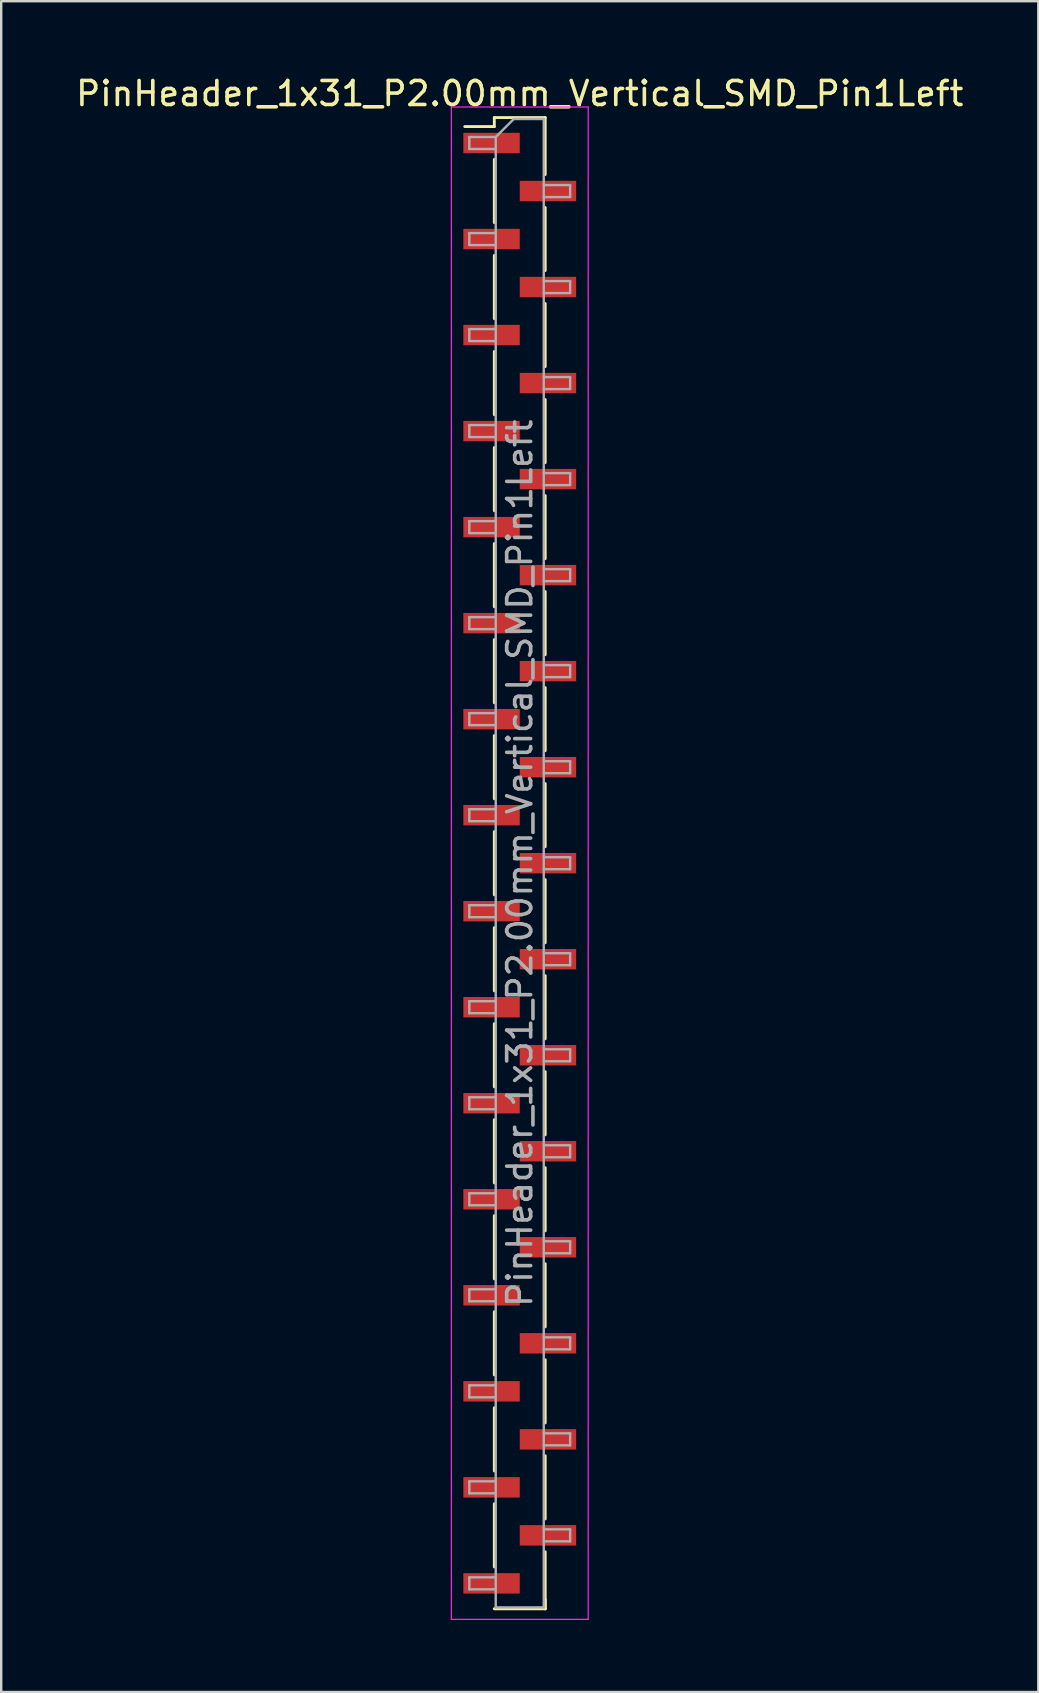
<source format=kicad_pcb>
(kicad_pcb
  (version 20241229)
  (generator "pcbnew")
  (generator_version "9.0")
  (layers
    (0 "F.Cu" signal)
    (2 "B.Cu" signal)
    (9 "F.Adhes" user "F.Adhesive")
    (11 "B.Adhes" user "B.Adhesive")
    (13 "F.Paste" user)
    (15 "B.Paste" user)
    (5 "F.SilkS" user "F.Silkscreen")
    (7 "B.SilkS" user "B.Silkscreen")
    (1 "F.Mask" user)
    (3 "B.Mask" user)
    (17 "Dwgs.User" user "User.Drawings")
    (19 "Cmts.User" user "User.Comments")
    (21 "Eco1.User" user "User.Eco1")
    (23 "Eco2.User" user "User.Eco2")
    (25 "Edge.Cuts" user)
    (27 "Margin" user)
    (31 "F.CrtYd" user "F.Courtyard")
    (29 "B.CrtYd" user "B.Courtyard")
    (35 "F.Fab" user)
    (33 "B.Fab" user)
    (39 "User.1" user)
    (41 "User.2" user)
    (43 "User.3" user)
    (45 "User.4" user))
  (footprint "PinHeader_1x31_P2.00mm_Vertical_SMD_Pin1Left"
    (layer "F.Cu")
    (at 18.601 32.908)
    (property "Reference" "PinHeader_1x31_P2.00mm_Vertical_SMD_Pin1Left" (at 0 -32.06 0) (layer "F.SilkS") (effects (font (size 1 1) (thickness 0.15))))
    (attr smd)
    (fp_line (start -1.06 -31.06) (end -1.06 -30.685) (stroke (width 0.12) (type solid)) (layer "F.SilkS"))
    (fp_line (start -1.06 -31.06) (end 1.06 -31.06) (stroke (width 0.12) (type solid)) (layer "F.SilkS"))
    (fp_line (start -1.06 -30.685) (end -2.29 -30.685) (stroke (width 0.12) (type solid)) (layer "F.SilkS"))
    (fp_line (start -1.06 -29.315) (end -1.06 -26.685) (stroke (width 0.12) (type solid)) (layer "F.SilkS"))
    (fp_line (start -1.06 -25.315) (end -1.06 -22.685) (stroke (width 0.12) (type solid)) (layer "F.SilkS"))
    (fp_line (start -1.06 -21.315) (end -1.06 -18.685) (stroke (width 0.12) (type solid)) (layer "F.SilkS"))
    (fp_line (start -1.06 -17.315) (end -1.06 -14.685) (stroke (width 0.12) (type solid)) (layer "F.SilkS"))
    (fp_line (start -1.06 -13.315) (end -1.06 -10.685) (stroke (width 0.12) (type solid)) (layer "F.SilkS"))
    (fp_line (start -1.06 -9.315) (end -1.06 -6.685) (stroke (width 0.12) (type solid)) (layer "F.SilkS"))
    (fp_line (start -1.06 -5.315) (end -1.06 -2.685) (stroke (width 0.12) (type solid)) (layer "F.SilkS"))
    (fp_line (start -1.06 -1.315) (end -1.06 1.315) (stroke (width 0.12) (type solid)) (layer "F.SilkS"))
    (fp_line (start -1.06 2.685) (end -1.06 5.315) (stroke (width 0.12) (type solid)) (layer "F.SilkS"))
    (fp_line (start -1.06 6.685) (end -1.06 9.315) (stroke (width 0.12) (type solid)) (layer "F.SilkS"))
    (fp_line (start -1.06 10.685) (end -1.06 13.315) (stroke (width 0.12) (type solid)) (layer "F.SilkS"))
    (fp_line (start -1.06 14.685) (end -1.06 17.315) (stroke (width 0.12) (type solid)) (layer "F.SilkS"))
    (fp_line (start -1.06 18.685) (end -1.06 21.315) (stroke (width 0.12) (type solid)) (layer "F.SilkS"))
    (fp_line (start -1.06 22.685) (end -1.06 25.315) (stroke (width 0.12) (type solid)) (layer "F.SilkS"))
    (fp_line (start -1.06 26.685) (end -1.06 29.315) (stroke (width 0.12) (type solid)) (layer "F.SilkS"))
    (fp_line (start -1.06 31.06) (end 1.06 31.06) (stroke (width 0.12) (type solid)) (layer "F.SilkS"))
    (fp_line (start 1.06 -31.06) (end 1.06 -28.685) (stroke (width 0.12) (type solid)) (layer "F.SilkS"))
    (fp_line (start 1.06 -27.315) (end 1.06 -24.685) (stroke (width 0.12) (type solid)) (layer "F.SilkS"))
    (fp_line (start 1.06 -23.315) (end 1.06 -20.685) (stroke (width 0.12) (type solid)) (layer "F.SilkS"))
    (fp_line (start 1.06 -19.315) (end 1.06 -16.685) (stroke (width 0.12) (type solid)) (layer "F.SilkS"))
    (fp_line (start 1.06 -15.315) (end 1.06 -12.685) (stroke (width 0.12) (type solid)) (layer "F.SilkS"))
    (fp_line (start 1.06 -11.315) (end 1.06 -8.685) (stroke (width 0.12) (type solid)) (layer "F.SilkS"))
    (fp_line (start 1.06 -7.315) (end 1.06 -4.685) (stroke (width 0.12) (type solid)) (layer "F.SilkS"))
    (fp_line (start 1.06 -3.315) (end 1.06 -0.685) (stroke (width 0.12) (type solid)) (layer "F.SilkS"))
    (fp_line (start 1.06 0.685) (end 1.06 3.315) (stroke (width 0.12) (type solid)) (layer "F.SilkS"))
    (fp_line (start 1.06 4.685) (end 1.06 7.315) (stroke (width 0.12) (type solid)) (layer "F.SilkS"))
    (fp_line (start 1.06 8.685) (end 1.06 11.315) (stroke (width 0.12) (type solid)) (layer "F.SilkS"))
    (fp_line (start 1.06 12.685) (end 1.06 15.315) (stroke (width 0.12) (type solid)) (layer "F.SilkS"))
    (fp_line (start 1.06 16.685) (end 1.06 19.315) (stroke (width 0.12) (type solid)) (layer "F.SilkS"))
    (fp_line (start 1.06 20.685) (end 1.06 23.315) (stroke (width 0.12) (type solid)) (layer "F.SilkS"))
    (fp_line (start 1.06 24.685) (end 1.06 27.315) (stroke (width 0.12) (type solid)) (layer "F.SilkS"))
    (fp_line (start 1.06 28.685) (end 1.06 31.06) (stroke (width 0.12) (type solid)) (layer "F.SilkS"))
    (fp_line (start 1.06 30.685) (end 1.06 31.06) (stroke (width 0.12) (type solid)) (layer "F.SilkS"))
    (fp_line (start -2.85 -31.5) (end -2.85 31.5) (stroke (width 0.05) (type solid)) (layer "F.CrtYd"))
    (fp_line (start -2.85 31.5) (end 2.85 31.5) (stroke (width 0.05) (type solid)) (layer "F.CrtYd"))
    (fp_line (start 2.85 -31.5) (end -2.85 -31.5) (stroke (width 0.05) (type solid)) (layer "F.CrtYd"))
    (fp_line (start 2.85 31.5) (end 2.85 -31.5) (stroke (width 0.05) (type solid)) (layer "F.CrtYd"))
    (fp_line (start -2.1 -30.25) (end -2.1 -29.75) (stroke (width 0.1) (type solid)) (layer "F.Fab"))
    (fp_line (start -2.1 -29.75) (end -1 -29.75) (stroke (width 0.1) (type solid)) (layer "F.Fab"))
    (fp_line (start -2.1 -26.25) (end -2.1 -25.75) (stroke (width 0.1) (type solid)) (layer "F.Fab"))
    (fp_line (start -2.1 -25.75) (end -1 -25.75) (stroke (width 0.1) (type solid)) (layer "F.Fab"))
    (fp_line (start -2.1 -22.25) (end -2.1 -21.75) (stroke (width 0.1) (type solid)) (layer "F.Fab"))
    (fp_line (start -2.1 -21.75) (end -1 -21.75) (stroke (width 0.1) (type solid)) (layer "F.Fab"))
    (fp_line (start -2.1 -18.25) (end -2.1 -17.75) (stroke (width 0.1) (type solid)) (layer "F.Fab"))
    (fp_line (start -2.1 -17.75) (end -1 -17.75) (stroke (width 0.1) (type solid)) (layer "F.Fab"))
    (fp_line (start -2.1 -14.25) (end -2.1 -13.75) (stroke (width 0.1) (type solid)) (layer "F.Fab"))
    (fp_line (start -2.1 -13.75) (end -1 -13.75) (stroke (width 0.1) (type solid)) (layer "F.Fab"))
    (fp_line (start -2.1 -10.25) (end -2.1 -9.75) (stroke (width 0.1) (type solid)) (layer "F.Fab"))
    (fp_line (start -2.1 -9.75) (end -1 -9.75) (stroke (width 0.1) (type solid)) (layer "F.Fab"))
    (fp_line (start -2.1 -6.25) (end -2.1 -5.75) (stroke (width 0.1) (type solid)) (layer "F.Fab"))
    (fp_line (start -2.1 -5.75) (end -1 -5.75) (stroke (width 0.1) (type solid)) (layer "F.Fab"))
    (fp_line (start -2.1 -2.25) (end -2.1 -1.75) (stroke (width 0.1) (type solid)) (layer "F.Fab"))
    (fp_line (start -2.1 -1.75) (end -1 -1.75) (stroke (width 0.1) (type solid)) (layer "F.Fab"))
    (fp_line (start -2.1 1.75) (end -2.1 2.25) (stroke (width 0.1) (type solid)) (layer "F.Fab"))
    (fp_line (start -2.1 2.25) (end -1 2.25) (stroke (width 0.1) (type solid)) (layer "F.Fab"))
    (fp_line (start -2.1 5.75) (end -2.1 6.25) (stroke (width 0.1) (type solid)) (layer "F.Fab"))
    (fp_line (start -2.1 6.25) (end -1 6.25) (stroke (width 0.1) (type solid)) (layer "F.Fab"))
    (fp_line (start -2.1 9.75) (end -2.1 10.25) (stroke (width 0.1) (type solid)) (layer "F.Fab"))
    (fp_line (start -2.1 10.25) (end -1 10.25) (stroke (width 0.1) (type solid)) (layer "F.Fab"))
    (fp_line (start -2.1 13.75) (end -2.1 14.25) (stroke (width 0.1) (type solid)) (layer "F.Fab"))
    (fp_line (start -2.1 14.25) (end -1 14.25) (stroke (width 0.1) (type solid)) (layer "F.Fab"))
    (fp_line (start -2.1 17.75) (end -2.1 18.25) (stroke (width 0.1) (type solid)) (layer "F.Fab"))
    (fp_line (start -2.1 18.25) (end -1 18.25) (stroke (width 0.1) (type solid)) (layer "F.Fab"))
    (fp_line (start -2.1 21.75) (end -2.1 22.25) (stroke (width 0.1) (type solid)) (layer "F.Fab"))
    (fp_line (start -2.1 22.25) (end -1 22.25) (stroke (width 0.1) (type solid)) (layer "F.Fab"))
    (fp_line (start -2.1 25.75) (end -2.1 26.25) (stroke (width 0.1) (type solid)) (layer "F.Fab"))
    (fp_line (start -2.1 26.25) (end -1 26.25) (stroke (width 0.1) (type solid)) (layer "F.Fab"))
    (fp_line (start -2.1 29.75) (end -2.1 30.25) (stroke (width 0.1) (type solid)) (layer "F.Fab"))
    (fp_line (start -2.1 30.25) (end -1 30.25) (stroke (width 0.1) (type solid)) (layer "F.Fab"))
    (fp_line (start -1 -30.25) (end -2.1 -30.25) (stroke (width 0.1) (type solid)) (layer "F.Fab"))
    (fp_line (start -1 -30.25) (end -0.25 -31) (stroke (width 0.1) (type solid)) (layer "F.Fab"))
    (fp_line (start -1 -26.25) (end -2.1 -26.25) (stroke (width 0.1) (type solid)) (layer "F.Fab"))
    (fp_line (start -1 -22.25) (end -2.1 -22.25) (stroke (width 0.1) (type solid)) (layer "F.Fab"))
    (fp_line (start -1 -18.25) (end -2.1 -18.25) (stroke (width 0.1) (type solid)) (layer "F.Fab"))
    (fp_line (start -1 -14.25) (end -2.1 -14.25) (stroke (width 0.1) (type solid)) (layer "F.Fab"))
    (fp_line (start -1 -10.25) (end -2.1 -10.25) (stroke (width 0.1) (type solid)) (layer "F.Fab"))
    (fp_line (start -1 -6.25) (end -2.1 -6.25) (stroke (width 0.1) (type solid)) (layer "F.Fab"))
    (fp_line (start -1 -2.25) (end -2.1 -2.25) (stroke (width 0.1) (type solid)) (layer "F.Fab"))
    (fp_line (start -1 1.75) (end -2.1 1.75) (stroke (width 0.1) (type solid)) (layer "F.Fab"))
    (fp_line (start -1 5.75) (end -2.1 5.75) (stroke (width 0.1) (type solid)) (layer "F.Fab"))
    (fp_line (start -1 9.75) (end -2.1 9.75) (stroke (width 0.1) (type solid)) (layer "F.Fab"))
    (fp_line (start -1 13.75) (end -2.1 13.75) (stroke (width 0.1) (type solid)) (layer "F.Fab"))
    (fp_line (start -1 17.75) (end -2.1 17.75) (stroke (width 0.1) (type solid)) (layer "F.Fab"))
    (fp_line (start -1 21.75) (end -2.1 21.75) (stroke (width 0.1) (type solid)) (layer "F.Fab"))
    (fp_line (start -1 25.75) (end -2.1 25.75) (stroke (width 0.1) (type solid)) (layer "F.Fab"))
    (fp_line (start -1 29.75) (end -2.1 29.75) (stroke (width 0.1) (type solid)) (layer "F.Fab"))
    (fp_line (start -1 31) (end -1 -30.25) (stroke (width 0.1) (type solid)) (layer "F.Fab"))
    (fp_line (start -0.25 -31) (end 1 -31) (stroke (width 0.1) (type solid)) (layer "F.Fab"))
    (fp_line (start 1 -31) (end 1 31) (stroke (width 0.1) (type solid)) (layer "F.Fab"))
    (fp_line (start 1 -28.25) (end 2.1 -28.25) (stroke (width 0.1) (type solid)) (layer "F.Fab"))
    (fp_line (start 1 -24.25) (end 2.1 -24.25) (stroke (width 0.1) (type solid)) (layer "F.Fab"))
    (fp_line (start 1 -20.25) (end 2.1 -20.25) (stroke (width 0.1) (type solid)) (layer "F.Fab"))
    (fp_line (start 1 -16.25) (end 2.1 -16.25) (stroke (width 0.1) (type solid)) (layer "F.Fab"))
    (fp_line (start 1 -12.25) (end 2.1 -12.25) (stroke (width 0.1) (type solid)) (layer "F.Fab"))
    (fp_line (start 1 -8.25) (end 2.1 -8.25) (stroke (width 0.1) (type solid)) (layer "F.Fab"))
    (fp_line (start 1 -4.25) (end 2.1 -4.25) (stroke (width 0.1) (type solid)) (layer "F.Fab"))
    (fp_line (start 1 -0.25) (end 2.1 -0.25) (stroke (width 0.1) (type solid)) (layer "F.Fab"))
    (fp_line (start 1 3.75) (end 2.1 3.75) (stroke (width 0.1) (type solid)) (layer "F.Fab"))
    (fp_line (start 1 7.75) (end 2.1 7.75) (stroke (width 0.1) (type solid)) (layer "F.Fab"))
    (fp_line (start 1 11.75) (end 2.1 11.75) (stroke (width 0.1) (type solid)) (layer "F.Fab"))
    (fp_line (start 1 15.75) (end 2.1 15.75) (stroke (width 0.1) (type solid)) (layer "F.Fab"))
    (fp_line (start 1 19.75) (end 2.1 19.75) (stroke (width 0.1) (type solid)) (layer "F.Fab"))
    (fp_line (start 1 23.75) (end 2.1 23.75) (stroke (width 0.1) (type solid)) (layer "F.Fab"))
    (fp_line (start 1 27.75) (end 2.1 27.75) (stroke (width 0.1) (type solid)) (layer "F.Fab"))
    (fp_line (start 1 31) (end -1 31) (stroke (width 0.1) (type solid)) (layer "F.Fab"))
    (fp_line (start 2.1 -28.25) (end 2.1 -27.75) (stroke (width 0.1) (type solid)) (layer "F.Fab"))
    (fp_line (start 2.1 -27.75) (end 1 -27.75) (stroke (width 0.1) (type solid)) (layer "F.Fab"))
    (fp_line (start 2.1 -24.25) (end 2.1 -23.75) (stroke (width 0.1) (type solid)) (layer "F.Fab"))
    (fp_line (start 2.1 -23.75) (end 1 -23.75) (stroke (width 0.1) (type solid)) (layer "F.Fab"))
    (fp_line (start 2.1 -20.25) (end 2.1 -19.75) (stroke (width 0.1) (type solid)) (layer "F.Fab"))
    (fp_line (start 2.1 -19.75) (end 1 -19.75) (stroke (width 0.1) (type solid)) (layer "F.Fab"))
    (fp_line (start 2.1 -16.25) (end 2.1 -15.75) (stroke (width 0.1) (type solid)) (layer "F.Fab"))
    (fp_line (start 2.1 -15.75) (end 1 -15.75) (stroke (width 0.1) (type solid)) (layer "F.Fab"))
    (fp_line (start 2.1 -12.25) (end 2.1 -11.75) (stroke (width 0.1) (type solid)) (layer "F.Fab"))
    (fp_line (start 2.1 -11.75) (end 1 -11.75) (stroke (width 0.1) (type solid)) (layer "F.Fab"))
    (fp_line (start 2.1 -8.25) (end 2.1 -7.75) (stroke (width 0.1) (type solid)) (layer "F.Fab"))
    (fp_line (start 2.1 -7.75) (end 1 -7.75) (stroke (width 0.1) (type solid)) (layer "F.Fab"))
    (fp_line (start 2.1 -4.25) (end 2.1 -3.75) (stroke (width 0.1) (type solid)) (layer "F.Fab"))
    (fp_line (start 2.1 -3.75) (end 1 -3.75) (stroke (width 0.1) (type solid)) (layer "F.Fab"))
    (fp_line (start 2.1 -0.25) (end 2.1 0.25) (stroke (width 0.1) (type solid)) (layer "F.Fab"))
    (fp_line (start 2.1 0.25) (end 1 0.25) (stroke (width 0.1) (type solid)) (layer "F.Fab"))
    (fp_line (start 2.1 3.75) (end 2.1 4.25) (stroke (width 0.1) (type solid)) (layer "F.Fab"))
    (fp_line (start 2.1 4.25) (end 1 4.25) (stroke (width 0.1) (type solid)) (layer "F.Fab"))
    (fp_line (start 2.1 7.75) (end 2.1 8.25) (stroke (width 0.1) (type solid)) (layer "F.Fab"))
    (fp_line (start 2.1 8.25) (end 1 8.25) (stroke (width 0.1) (type solid)) (layer "F.Fab"))
    (fp_line (start 2.1 11.75) (end 2.1 12.25) (stroke (width 0.1) (type solid)) (layer "F.Fab"))
    (fp_line (start 2.1 12.25) (end 1 12.25) (stroke (width 0.1) (type solid)) (layer "F.Fab"))
    (fp_line (start 2.1 15.75) (end 2.1 16.25) (stroke (width 0.1) (type solid)) (layer "F.Fab"))
    (fp_line (start 2.1 16.25) (end 1 16.25) (stroke (width 0.1) (type solid)) (layer "F.Fab"))
    (fp_line (start 2.1 19.75) (end 2.1 20.25) (stroke (width 0.1) (type solid)) (layer "F.Fab"))
    (fp_line (start 2.1 20.25) (end 1 20.25) (stroke (width 0.1) (type solid)) (layer "F.Fab"))
    (fp_line (start 2.1 23.75) (end 2.1 24.25) (stroke (width 0.1) (type solid)) (layer "F.Fab"))
    (fp_line (start 2.1 24.25) (end 1 24.25) (stroke (width 0.1) (type solid)) (layer "F.Fab"))
    (fp_line (start 2.1 27.75) (end 2.1 28.25) (stroke (width 0.1) (type solid)) (layer "F.Fab"))
    (fp_line (start 2.1 28.25) (end 1 28.25) (stroke (width 0.1) (type solid)) (layer "F.Fab"))
    (fp_text user "${REFERENCE}" (at 0 0 90) (layer "F.Fab") (effects (font (size 1 1) (thickness 0.15))))
    (pad "1" smd rect (at -1.175 -30) (size 2.35 0.85) (layers "F.Cu" "F.Mask" "F.Paste"))
    (pad "2" smd rect (at 1.175 -28) (size 2.35 0.85) (layers "F.Cu" "F.Mask" "F.Paste"))
    (pad "3" smd rect (at -1.175 -26) (size 2.35 0.85) (layers "F.Cu" "F.Mask" "F.Paste"))
    (pad "4" smd rect (at 1.175 -24) (size 2.35 0.85) (layers "F.Cu" "F.Mask" "F.Paste"))
    (pad "5" smd rect (at -1.175 -22) (size 2.35 0.85) (layers "F.Cu" "F.Mask" "F.Paste"))
    (pad "6" smd rect (at 1.175 -20) (size 2.35 0.85) (layers "F.Cu" "F.Mask" "F.Paste"))
    (pad "7" smd rect (at -1.175 -18) (size 2.35 0.85) (layers "F.Cu" "F.Mask" "F.Paste"))
    (pad "8" smd rect (at 1.175 -16) (size 2.35 0.85) (layers "F.Cu" "F.Mask" "F.Paste"))
    (pad "9" smd rect (at -1.175 -14) (size 2.35 0.85) (layers "F.Cu" "F.Mask" "F.Paste"))
    (pad "10" smd rect (at 1.175 -12) (size 2.35 0.85) (layers "F.Cu" "F.Mask" "F.Paste"))
    (pad "11" smd rect (at -1.175 -10) (size 2.35 0.85) (layers "F.Cu" "F.Mask" "F.Paste"))
    (pad "12" smd rect (at 1.175 -8) (size 2.35 0.85) (layers "F.Cu" "F.Mask" "F.Paste"))
    (pad "13" smd rect (at -1.175 -6) (size 2.35 0.85) (layers "F.Cu" "F.Mask" "F.Paste"))
    (pad "14" smd rect (at 1.175 -4) (size 2.35 0.85) (layers "F.Cu" "F.Mask" "F.Paste"))
    (pad "15" smd rect (at -1.175 -2) (size 2.35 0.85) (layers "F.Cu" "F.Mask" "F.Paste"))
    (pad "16" smd rect (at 1.175 0) (size 2.35 0.85) (layers "F.Cu" "F.Mask" "F.Paste"))
    (pad "17" smd rect (at -1.175 2) (size 2.35 0.85) (layers "F.Cu" "F.Mask" "F.Paste"))
    (pad "18" smd rect (at 1.175 4) (size 2.35 0.85) (layers "F.Cu" "F.Mask" "F.Paste"))
    (pad "19" smd rect (at -1.175 6) (size 2.35 0.85) (layers "F.Cu" "F.Mask" "F.Paste"))
    (pad "20" smd rect (at 1.175 8) (size 2.35 0.85) (layers "F.Cu" "F.Mask" "F.Paste"))
    (pad "21" smd rect (at -1.175 10) (size 2.35 0.85) (layers "F.Cu" "F.Mask" "F.Paste"))
    (pad "22" smd rect (at 1.175 12) (size 2.35 0.85) (layers "F.Cu" "F.Mask" "F.Paste"))
    (pad "23" smd rect (at -1.175 14) (size 2.35 0.85) (layers "F.Cu" "F.Mask" "F.Paste"))
    (pad "24" smd rect (at 1.175 16) (size 2.35 0.85) (layers "F.Cu" "F.Mask" "F.Paste"))
    (pad "25" smd rect (at -1.175 18) (size 2.35 0.85) (layers "F.Cu" "F.Mask" "F.Paste"))
    (pad "26" smd rect (at 1.175 20) (size 2.35 0.85) (layers "F.Cu" "F.Mask" "F.Paste"))
    (pad "27" smd rect (at -1.175 22) (size 2.35 0.85) (layers "F.Cu" "F.Mask" "F.Paste"))
    (pad "28" smd rect (at 1.175 24) (size 2.35 0.85) (layers "F.Cu" "F.Mask" "F.Paste"))
    (pad "29" smd rect (at -1.175 26) (size 2.35 0.85) (layers "F.Cu" "F.Mask" "F.Paste"))
    (pad "30" smd rect (at 1.175 28) (size 2.35 0.85) (layers "F.Cu" "F.Mask" "F.Paste"))
    (pad "31" smd rect (at -1.175 30) (size 2.35 0.85) (layers "F.Cu" "F.Mask" "F.Paste")))
  (gr_rect
    (start -3 -3)
    (end 40.202 67.433)
    (stroke (width 0.1) (type default))
    (fill no)
    (layer "Edge.Cuts")))
</source>
